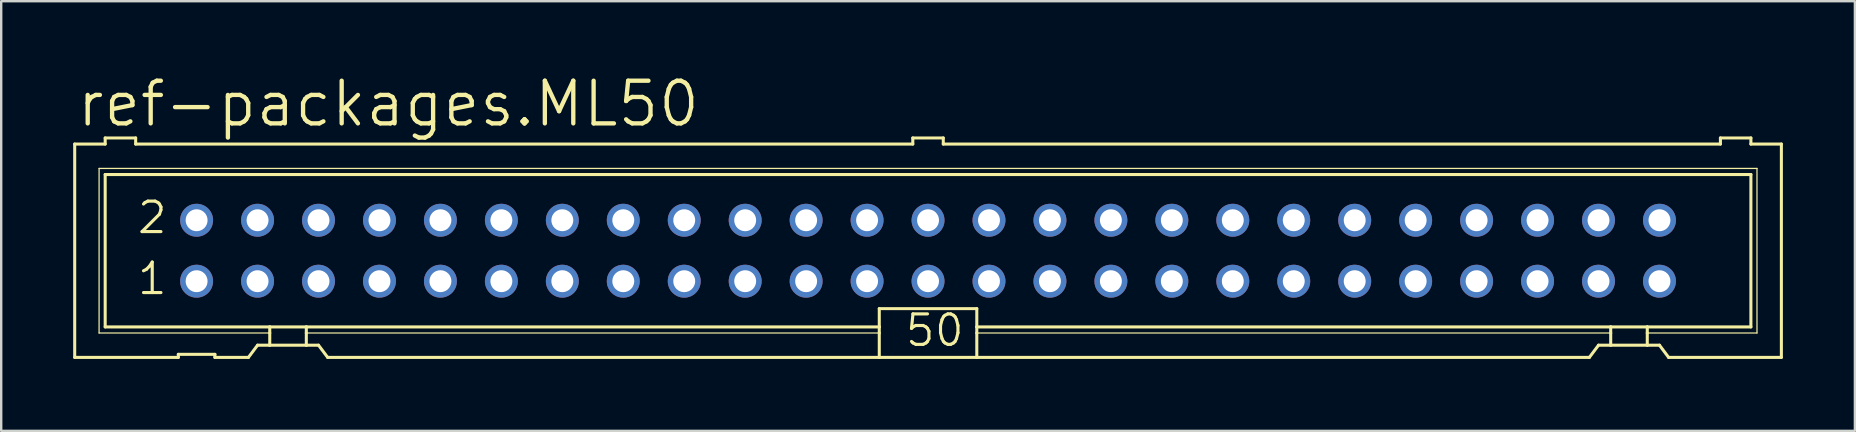
<source format=kicad_pcb>
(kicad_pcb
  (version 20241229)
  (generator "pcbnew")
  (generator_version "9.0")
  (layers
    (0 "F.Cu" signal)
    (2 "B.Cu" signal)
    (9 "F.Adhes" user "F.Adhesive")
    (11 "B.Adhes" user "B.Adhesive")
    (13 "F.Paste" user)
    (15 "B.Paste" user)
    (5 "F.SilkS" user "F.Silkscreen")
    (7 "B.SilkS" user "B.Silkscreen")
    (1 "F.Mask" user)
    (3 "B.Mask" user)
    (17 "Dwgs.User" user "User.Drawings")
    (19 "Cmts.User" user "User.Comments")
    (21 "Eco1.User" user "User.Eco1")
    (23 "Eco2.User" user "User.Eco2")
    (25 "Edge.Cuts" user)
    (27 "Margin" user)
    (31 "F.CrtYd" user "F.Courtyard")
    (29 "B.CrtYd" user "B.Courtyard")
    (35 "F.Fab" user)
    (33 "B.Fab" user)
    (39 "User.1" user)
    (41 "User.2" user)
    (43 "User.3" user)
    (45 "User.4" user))
  (footprint "ref-packages.ML50"
    (layer "F.Cu")
    (at 35.623 7.398)
    (property "Reference" "ref-packages.ML50" (at -35.56 -5.08 0) (layer "F.SilkS") (effects (font (size 1.778 1.778) (thickness 0.18)) (justify left bottom)))
    (attr through_hole)
    (fp_line (start -35.56 -4.445) (end -35.56 4.445) (stroke (width 0.127) (type default)) (layer "F.SilkS"))
    (fp_line (start -35.56 -4.445) (end -34.29 -4.445) (stroke (width 0.127) (type default)) (layer "F.SilkS"))
    (fp_line (start -35.56 4.445) (end -31.242 4.445) (stroke (width 0.127) (type default)) (layer "F.SilkS"))
    (fp_line (start -34.544 -3.429) (end -34.544 3.429) (stroke (width 0.051) (type default)) (layer "F.SilkS"))
    (fp_line (start -34.544 3.429) (end -27.432 3.429) (stroke (width 0.051) (type default)) (layer "F.SilkS"))
    (fp_line (start -34.29 -4.699) (end -34.29 -4.445) (stroke (width 0.127) (type default)) (layer "F.SilkS"))
    (fp_line (start -34.29 -3.175) (end -34.29 3.175) (stroke (width 0.127) (type default)) (layer "F.SilkS"))
    (fp_line (start -34.29 -3.175) (end 34.29 -3.175) (stroke (width 0.127) (type default)) (layer "F.SilkS"))
    (fp_line (start -33.02 -4.699) (end -34.29 -4.699) (stroke (width 0.127) (type default)) (layer "F.SilkS"))
    (fp_line (start -33.02 -4.699) (end -33.02 -4.445) (stroke (width 0.127) (type default)) (layer "F.SilkS"))
    (fp_line (start -33.02 -4.445) (end -0.635 -4.445) (stroke (width 0.127) (type default)) (layer "F.SilkS"))
    (fp_line (start -31.242 4.318) (end -31.242 4.445) (stroke (width 0.127) (type default)) (layer "F.SilkS"))
    (fp_line (start -31.242 4.318) (end -29.718 4.318) (stroke (width 0.127) (type default)) (layer "F.SilkS"))
    (fp_line (start -29.718 4.445) (end -29.718 4.318) (stroke (width 0.127) (type default)) (layer "F.SilkS"))
    (fp_line (start -29.718 4.445) (end -28.321 4.445) (stroke (width 0.127) (type default)) (layer "F.SilkS"))
    (fp_line (start -28.321 4.445) (end -27.94 3.937) (stroke (width 0.127) (type default)) (layer "F.SilkS"))
    (fp_line (start -27.432 3.175) (end -34.29 3.175) (stroke (width 0.127) (type default)) (layer "F.SilkS"))
    (fp_line (start -27.432 3.175) (end -27.432 3.429) (stroke (width 0.127) (type default)) (layer "F.SilkS"))
    (fp_line (start -27.432 3.429) (end -27.432 3.937) (stroke (width 0.127) (type default)) (layer "F.SilkS"))
    (fp_line (start -27.432 3.937) (end -27.94 3.937) (stroke (width 0.127) (type default)) (layer "F.SilkS"))
    (fp_line (start -25.908 3.175) (end -27.432 3.175) (stroke (width 0.127) (type default)) (layer "F.SilkS"))
    (fp_line (start -25.908 3.175) (end -25.908 3.429) (stroke (width 0.127) (type default)) (layer "F.SilkS"))
    (fp_line (start -25.908 3.429) (end -25.908 3.937) (stroke (width 0.127) (type default)) (layer "F.SilkS"))
    (fp_line (start -25.908 3.429) (end -2.032 3.429) (stroke (width 0.051) (type default)) (layer "F.SilkS"))
    (fp_line (start -25.908 3.937) (end -27.432 3.937) (stroke (width 0.127) (type default)) (layer "F.SilkS"))
    (fp_line (start -25.4 3.937) (end -25.908 3.937) (stroke (width 0.127) (type default)) (layer "F.SilkS"))
    (fp_line (start -25.4 3.937) (end -25.019 4.445) (stroke (width 0.127) (type default)) (layer "F.SilkS"))
    (fp_line (start -25.019 4.445) (end -2.032 4.445) (stroke (width 0.127) (type default)) (layer "F.SilkS"))
    (fp_line (start -2.032 3.175) (end -25.908 3.175) (stroke (width 0.127) (type default)) (layer "F.SilkS"))
    (fp_line (start -2.032 3.175) (end -2.032 2.413) (stroke (width 0.127) (type default)) (layer "F.SilkS"))
    (fp_line (start -2.032 3.175) (end -2.032 3.429) (stroke (width 0.127) (type default)) (layer "F.SilkS"))
    (fp_line (start -2.032 3.429) (end -2.032 4.445) (stroke (width 0.127) (type default)) (layer "F.SilkS"))
    (fp_line (start -0.635 -4.699) (end -0.635 -4.445) (stroke (width 0.127) (type default)) (layer "F.SilkS"))
    (fp_line (start 0.635 -4.699) (end -0.635 -4.699) (stroke (width 0.127) (type default)) (layer "F.SilkS"))
    (fp_line (start 0.635 -4.699) (end 0.635 -4.445) (stroke (width 0.127) (type default)) (layer "F.SilkS"))
    (fp_line (start 0.635 -4.445) (end 33.02 -4.445) (stroke (width 0.127) (type default)) (layer "F.SilkS"))
    (fp_line (start 2.032 2.413) (end -2.032 2.413) (stroke (width 0.127) (type default)) (layer "F.SilkS"))
    (fp_line (start 2.032 2.413) (end 2.032 3.175) (stroke (width 0.127) (type default)) (layer "F.SilkS"))
    (fp_line (start 2.032 3.175) (end 2.032 3.429) (stroke (width 0.127) (type default)) (layer "F.SilkS"))
    (fp_line (start 2.032 3.429) (end 2.032 4.445) (stroke (width 0.127) (type default)) (layer "F.SilkS"))
    (fp_line (start 2.032 4.445) (end -2.032 4.445) (stroke (width 0.127) (type default)) (layer "F.SilkS"))
    (fp_line (start 27.559 4.445) (end 2.032 4.445) (stroke (width 0.127) (type default)) (layer "F.SilkS"))
    (fp_line (start 27.559 4.445) (end 27.94 3.937) (stroke (width 0.127) (type default)) (layer "F.SilkS"))
    (fp_line (start 28.448 3.175) (end 2.032 3.175) (stroke (width 0.127) (type default)) (layer "F.SilkS"))
    (fp_line (start 28.448 3.175) (end 28.448 3.429) (stroke (width 0.127) (type default)) (layer "F.SilkS"))
    (fp_line (start 28.448 3.429) (end 2.032 3.429) (stroke (width 0.051) (type default)) (layer "F.SilkS"))
    (fp_line (start 28.448 3.429) (end 28.448 3.937) (stroke (width 0.127) (type default)) (layer "F.SilkS"))
    (fp_line (start 28.448 3.937) (end 27.94 3.937) (stroke (width 0.127) (type default)) (layer "F.SilkS"))
    (fp_line (start 29.972 3.175) (end 28.448 3.175) (stroke (width 0.127) (type default)) (layer "F.SilkS"))
    (fp_line (start 29.972 3.175) (end 29.972 3.429) (stroke (width 0.127) (type default)) (layer "F.SilkS"))
    (fp_line (start 29.972 3.429) (end 29.972 3.937) (stroke (width 0.127) (type default)) (layer "F.SilkS"))
    (fp_line (start 29.972 3.429) (end 34.544 3.429) (stroke (width 0.051) (type default)) (layer "F.SilkS"))
    (fp_line (start 29.972 3.937) (end 28.448 3.937) (stroke (width 0.127) (type default)) (layer "F.SilkS"))
    (fp_line (start 30.48 3.937) (end 29.972 3.937) (stroke (width 0.127) (type default)) (layer "F.SilkS"))
    (fp_line (start 30.48 3.937) (end 30.861 4.445) (stroke (width 0.127) (type default)) (layer "F.SilkS"))
    (fp_line (start 33.02 -4.445) (end 33.02 -4.699) (stroke (width 0.127) (type default)) (layer "F.SilkS"))
    (fp_line (start 34.29 -4.699) (end 33.02 -4.699) (stroke (width 0.127) (type default)) (layer "F.SilkS"))
    (fp_line (start 34.29 -4.445) (end 34.29 -4.699) (stroke (width 0.127) (type default)) (layer "F.SilkS"))
    (fp_line (start 34.29 -4.445) (end 35.56 -4.445) (stroke (width 0.127) (type default)) (layer "F.SilkS"))
    (fp_line (start 34.29 3.175) (end 29.972 3.175) (stroke (width 0.127) (type default)) (layer "F.SilkS"))
    (fp_line (start 34.29 3.175) (end 34.29 -3.175) (stroke (width 0.127) (type default)) (layer "F.SilkS"))
    (fp_line (start 34.544 -3.429) (end -34.544 -3.429) (stroke (width 0.051) (type default)) (layer "F.SilkS"))
    (fp_line (start 34.544 3.429) (end 34.544 -3.429) (stroke (width 0.051) (type default)) (layer "F.SilkS"))
    (fp_line (start 35.56 4.445) (end 30.861 4.445) (stroke (width 0.127) (type default)) (layer "F.SilkS"))
    (fp_line (start 35.56 4.445) (end 35.56 -4.445) (stroke (width 0.127) (type default)) (layer "F.SilkS"))
    (fp_rect (start -30.734 -1.016) (end -30.226 -1.524) (stroke (width 0.05) (type default)) (fill no) (layer "F.Fab"))
    (fp_rect (start -30.734 1.524) (end -30.226 1.016) (stroke (width 0.05) (type default)) (fill no) (layer "F.Fab"))
    (fp_rect (start -28.194 -1.016) (end -27.686 -1.524) (stroke (width 0.05) (type default)) (fill no) (layer "F.Fab"))
    (fp_rect (start -28.194 1.524) (end -27.686 1.016) (stroke (width 0.05) (type default)) (fill no) (layer "F.Fab"))
    (fp_rect (start -25.654 -1.016) (end -25.146 -1.524) (stroke (width 0.05) (type default)) (fill no) (layer "F.Fab"))
    (fp_rect (start -25.654 1.524) (end -25.146 1.016) (stroke (width 0.05) (type default)) (fill no) (layer "F.Fab"))
    (fp_rect (start -23.114 -1.016) (end -22.606 -1.524) (stroke (width 0.05) (type default)) (fill no) (layer "F.Fab"))
    (fp_rect (start -23.114 1.524) (end -22.606 1.016) (stroke (width 0.05) (type default)) (fill no) (layer "F.Fab"))
    (fp_rect (start -20.574 -1.016) (end -20.066 -1.524) (stroke (width 0.05) (type default)) (fill no) (layer "F.Fab"))
    (fp_rect (start -20.574 1.524) (end -20.066 1.016) (stroke (width 0.05) (type default)) (fill no) (layer "F.Fab"))
    (fp_rect (start -18.034 -1.016) (end -17.526 -1.524) (stroke (width 0.05) (type default)) (fill no) (layer "F.Fab"))
    (fp_rect (start -18.034 1.524) (end -17.526 1.016) (stroke (width 0.05) (type default)) (fill no) (layer "F.Fab"))
    (fp_rect (start -15.494 -1.016) (end -14.986 -1.524) (stroke (width 0.05) (type default)) (fill no) (layer "F.Fab"))
    (fp_rect (start -15.494 1.524) (end -14.986 1.016) (stroke (width 0.05) (type default)) (fill no) (layer "F.Fab"))
    (fp_rect (start -12.954 -1.016) (end -12.446 -1.524) (stroke (width 0.05) (type default)) (fill no) (layer "F.Fab"))
    (fp_rect (start -12.954 1.524) (end -12.446 1.016) (stroke (width 0.05) (type default)) (fill no) (layer "F.Fab"))
    (fp_rect (start -10.414 -1.016) (end -9.906 -1.524) (stroke (width 0.05) (type default)) (fill no) (layer "F.Fab"))
    (fp_rect (start -10.414 1.524) (end -9.906 1.016) (stroke (width 0.05) (type default)) (fill no) (layer "F.Fab"))
    (fp_rect (start -7.874 -1.016) (end -7.366 -1.524) (stroke (width 0.05) (type default)) (fill no) (layer "F.Fab"))
    (fp_rect (start -7.874 1.524) (end -7.366 1.016) (stroke (width 0.05) (type default)) (fill no) (layer "F.Fab"))
    (fp_rect (start -5.334 -1.016) (end -4.826 -1.524) (stroke (width 0.05) (type default)) (fill no) (layer "F.Fab"))
    (fp_rect (start -5.334 1.524) (end -4.826 1.016) (stroke (width 0.05) (type default)) (fill no) (layer "F.Fab"))
    (fp_rect (start -2.794 -1.016) (end -2.286 -1.524) (stroke (width 0.05) (type default)) (fill no) (layer "F.Fab"))
    (fp_rect (start -2.794 1.524) (end -2.286 1.016) (stroke (width 0.05) (type default)) (fill no) (layer "F.Fab"))
    (fp_rect (start -0.254 -1.016) (end 0.254 -1.524) (stroke (width 0.05) (type default)) (fill no) (layer "F.Fab"))
    (fp_rect (start -0.254 1.524) (end 0.254 1.016) (stroke (width 0.05) (type default)) (fill no) (layer "F.Fab"))
    (fp_rect (start 2.286 -1.016) (end 2.794 -1.524) (stroke (width 0.05) (type default)) (fill no) (layer "F.Fab"))
    (fp_rect (start 2.286 1.524) (end 2.794 1.016) (stroke (width 0.05) (type default)) (fill no) (layer "F.Fab"))
    (fp_rect (start 4.826 -1.016) (end 5.334 -1.524) (stroke (width 0.05) (type default)) (fill no) (layer "F.Fab"))
    (fp_rect (start 4.826 1.524) (end 5.334 1.016) (stroke (width 0.05) (type default)) (fill no) (layer "F.Fab"))
    (fp_rect (start 7.366 -1.016) (end 7.874 -1.524) (stroke (width 0.05) (type default)) (fill no) (layer "F.Fab"))
    (fp_rect (start 7.366 1.524) (end 7.874 1.016) (stroke (width 0.05) (type default)) (fill no) (layer "F.Fab"))
    (fp_rect (start 9.906 -1.016) (end 10.414 -1.524) (stroke (width 0.05) (type default)) (fill no) (layer "F.Fab"))
    (fp_rect (start 9.906 1.524) (end 10.414 1.016) (stroke (width 0.05) (type default)) (fill no) (layer "F.Fab"))
    (fp_rect (start 12.446 -1.016) (end 12.954 -1.524) (stroke (width 0.05) (type default)) (fill no) (layer "F.Fab"))
    (fp_rect (start 12.446 1.524) (end 12.954 1.016) (stroke (width 0.05) (type default)) (fill no) (layer "F.Fab"))
    (fp_rect (start 14.986 -1.016) (end 15.494 -1.524) (stroke (width 0.05) (type default)) (fill no) (layer "F.Fab"))
    (fp_rect (start 14.986 1.524) (end 15.494 1.016) (stroke (width 0.05) (type default)) (fill no) (layer "F.Fab"))
    (fp_rect (start 17.526 -1.016) (end 18.034 -1.524) (stroke (width 0.05) (type default)) (fill no) (layer "F.Fab"))
    (fp_rect (start 17.526 1.524) (end 18.034 1.016) (stroke (width 0.05) (type default)) (fill no) (layer "F.Fab"))
    (fp_rect (start 20.066 -1.016) (end 20.574 -1.524) (stroke (width 0.05) (type default)) (fill no) (layer "F.Fab"))
    (fp_rect (start 20.066 1.524) (end 20.574 1.016) (stroke (width 0.05) (type default)) (fill no) (layer "F.Fab"))
    (fp_rect (start 22.606 -1.016) (end 23.114 -1.524) (stroke (width 0.05) (type default)) (fill no) (layer "F.Fab"))
    (fp_rect (start 22.606 1.524) (end 23.114 1.016) (stroke (width 0.05) (type default)) (fill no) (layer "F.Fab"))
    (fp_rect (start 25.146 -1.016) (end 25.654 -1.524) (stroke (width 0.05) (type default)) (fill no) (layer "F.Fab"))
    (fp_rect (start 25.146 1.524) (end 25.654 1.016) (stroke (width 0.05) (type default)) (fill no) (layer "F.Fab"))
    (fp_rect (start 27.686 -1.016) (end 28.194 -1.524) (stroke (width 0.05) (type default)) (fill no) (layer "F.Fab"))
    (fp_rect (start 27.686 1.524) (end 28.194 1.016) (stroke (width 0.05) (type default)) (fill no) (layer "F.Fab"))
    (fp_rect (start 30.226 -1.016) (end 30.734 -1.524) (stroke (width 0.05) (type default)) (fill no) (layer "F.Fab"))
    (fp_rect (start 30.226 1.524) (end 30.734 1.016) (stroke (width 0.05) (type default)) (fill no) (layer "F.Fab"))
    (fp_text user "1" (at -33.02 1.905 0) (layer "F.SilkS") (effects (font (size 1.27 1.27) (thickness 0.13)) (justify left bottom)))
    (fp_text user "2" (at -33.02 -0.635 0) (layer "F.SilkS") (effects (font (size 1.27 1.27) (thickness 0.13)) (justify left bottom)))
    (fp_text user "50" (at -1.016 4.064 0) (layer "F.SilkS") (effects (font (size 1.27 1.27) (thickness 0.13)) (justify left bottom)))
    (pad "1" thru_hole circle (at -30.48 1.27) (size 1.372 1.372) (drill 0.914) (layers "*.Cu" "*.Mask"))
    (pad "2" thru_hole circle (at -30.48 -1.27) (size 1.372 1.372) (drill 0.914) (layers "*.Cu" "*.Mask"))
    (pad "3" thru_hole circle (at -27.94 1.27) (size 1.372 1.372) (drill 0.914) (layers "*.Cu" "*.Mask"))
    (pad "4" thru_hole circle (at -27.94 -1.27) (size 1.372 1.372) (drill 0.914) (layers "*.Cu" "*.Mask"))
    (pad "5" thru_hole circle (at -25.4 1.27) (size 1.372 1.372) (drill 0.914) (layers "*.Cu" "*.Mask"))
    (pad "6" thru_hole circle (at -25.4 -1.27) (size 1.372 1.372) (drill 0.914) (layers "*.Cu" "*.Mask"))
    (pad "7" thru_hole circle (at -22.86 1.27) (size 1.372 1.372) (drill 0.914) (layers "*.Cu" "*.Mask"))
    (pad "8" thru_hole circle (at -22.86 -1.27) (size 1.372 1.372) (drill 0.914) (layers "*.Cu" "*.Mask"))
    (pad "9" thru_hole circle (at -20.32 1.27) (size 1.372 1.372) (drill 0.914) (layers "*.Cu" "*.Mask"))
    (pad "10" thru_hole circle (at -20.32 -1.27) (size 1.372 1.372) (drill 0.914) (layers "*.Cu" "*.Mask"))
    (pad "11" thru_hole circle (at -17.78 1.27) (size 1.372 1.372) (drill 0.914) (layers "*.Cu" "*.Mask"))
    (pad "12" thru_hole circle (at -17.78 -1.27) (size 1.372 1.372) (drill 0.914) (layers "*.Cu" "*.Mask"))
    (pad "13" thru_hole circle (at -15.24 1.27) (size 1.372 1.372) (drill 0.914) (layers "*.Cu" "*.Mask"))
    (pad "14" thru_hole circle (at -15.24 -1.27) (size 1.372 1.372) (drill 0.914) (layers "*.Cu" "*.Mask"))
    (pad "15" thru_hole circle (at -12.7 1.27) (size 1.372 1.372) (drill 0.914) (layers "*.Cu" "*.Mask"))
    (pad "16" thru_hole circle (at -12.7 -1.27) (size 1.372 1.372) (drill 0.914) (layers "*.Cu" "*.Mask"))
    (pad "17" thru_hole circle (at -10.16 1.27) (size 1.372 1.372) (drill 0.914) (layers "*.Cu" "*.Mask"))
    (pad "18" thru_hole circle (at -10.16 -1.27) (size 1.372 1.372) (drill 0.914) (layers "*.Cu" "*.Mask"))
    (pad "19" thru_hole circle (at -7.62 1.27) (size 1.372 1.372) (drill 0.914) (layers "*.Cu" "*.Mask"))
    (pad "20" thru_hole circle (at -7.62 -1.27) (size 1.372 1.372) (drill 0.914) (layers "*.Cu" "*.Mask"))
    (pad "21" thru_hole circle (at -5.08 1.27) (size 1.372 1.372) (drill 0.914) (layers "*.Cu" "*.Mask"))
    (pad "22" thru_hole circle (at -5.08 -1.27) (size 1.372 1.372) (drill 0.914) (layers "*.Cu" "*.Mask"))
    (pad "23" thru_hole circle (at -2.54 1.27) (size 1.372 1.372) (drill 0.914) (layers "*.Cu" "*.Mask"))
    (pad "24" thru_hole circle (at -2.54 -1.27) (size 1.372 1.372) (drill 0.914) (layers "*.Cu" "*.Mask"))
    (pad "25" thru_hole circle (at 0 1.27) (size 1.372 1.372) (drill 0.914) (layers "*.Cu" "*.Mask"))
    (pad "26" thru_hole circle (at 0 -1.27) (size 1.372 1.372) (drill 0.914) (layers "*.Cu" "*.Mask"))
    (pad "27" thru_hole circle (at 2.54 1.27) (size 1.372 1.372) (drill 0.914) (layers "*.Cu" "*.Mask"))
    (pad "28" thru_hole circle (at 2.54 -1.27) (size 1.372 1.372) (drill 0.914) (layers "*.Cu" "*.Mask"))
    (pad "29" thru_hole circle (at 5.08 1.27) (size 1.372 1.372) (drill 0.914) (layers "*.Cu" "*.Mask"))
    (pad "30" thru_hole circle (at 5.08 -1.27) (size 1.372 1.372) (drill 0.914) (layers "*.Cu" "*.Mask"))
    (pad "31" thru_hole circle (at 7.62 1.27) (size 1.372 1.372) (drill 0.914) (layers "*.Cu" "*.Mask"))
    (pad "32" thru_hole circle (at 7.62 -1.27) (size 1.372 1.372) (drill 0.914) (layers "*.Cu" "*.Mask"))
    (pad "33" thru_hole circle (at 10.16 1.27) (size 1.372 1.372) (drill 0.914) (layers "*.Cu" "*.Mask"))
    (pad "34" thru_hole circle (at 10.16 -1.27) (size 1.372 1.372) (drill 0.914) (layers "*.Cu" "*.Mask"))
    (pad "35" thru_hole circle (at 12.7 1.27) (size 1.372 1.372) (drill 0.914) (layers "*.Cu" "*.Mask"))
    (pad "36" thru_hole circle (at 12.7 -1.27) (size 1.372 1.372) (drill 0.914) (layers "*.Cu" "*.Mask"))
    (pad "37" thru_hole circle (at 15.24 1.27) (size 1.372 1.372) (drill 0.914) (layers "*.Cu" "*.Mask"))
    (pad "38" thru_hole circle (at 15.24 -1.27) (size 1.372 1.372) (drill 0.914) (layers "*.Cu" "*.Mask"))
    (pad "39" thru_hole circle (at 17.78 1.27) (size 1.372 1.372) (drill 0.914) (layers "*.Cu" "*.Mask"))
    (pad "40" thru_hole circle (at 17.78 -1.27) (size 1.372 1.372) (drill 0.914) (layers "*.Cu" "*.Mask"))
    (pad "41" thru_hole circle (at 20.32 1.27) (size 1.372 1.372) (drill 0.914) (layers "*.Cu" "*.Mask"))
    (pad "42" thru_hole circle (at 20.32 -1.27) (size 1.372 1.372) (drill 0.914) (layers "*.Cu" "*.Mask"))
    (pad "43" thru_hole circle (at 22.86 1.27) (size 1.372 1.372) (drill 0.914) (layers "*.Cu" "*.Mask"))
    (pad "44" thru_hole circle (at 22.86 -1.27) (size 1.372 1.372) (drill 0.914) (layers "*.Cu" "*.Mask"))
    (pad "45" thru_hole circle (at 25.4 1.27) (size 1.372 1.372) (drill 0.914) (layers "*.Cu" "*.Mask"))
    (pad "46" thru_hole circle (at 25.4 -1.27) (size 1.372 1.372) (drill 0.914) (layers "*.Cu" "*.Mask"))
    (pad "47" thru_hole circle (at 27.94 1.27) (size 1.372 1.372) (drill 0.914) (layers "*.Cu" "*.Mask"))
    (pad "48" thru_hole circle (at 27.94 -1.27) (size 1.372 1.372) (drill 0.914) (layers "*.Cu" "*.Mask"))
    (pad "49" thru_hole circle (at 30.48 1.27) (size 1.372 1.372) (drill 0.914) (layers "*.Cu" "*.Mask"))
    (pad "50" thru_hole circle (at 30.48 -1.27) (size 1.372 1.372) (drill 0.914) (layers "*.Cu" "*.Mask")))
  (gr_rect
    (start -3 -3)
    (end 74.247 14.906)
    (stroke (width 0.1) (type default))
    (fill no)
    (layer "Edge.Cuts")))
</source>
